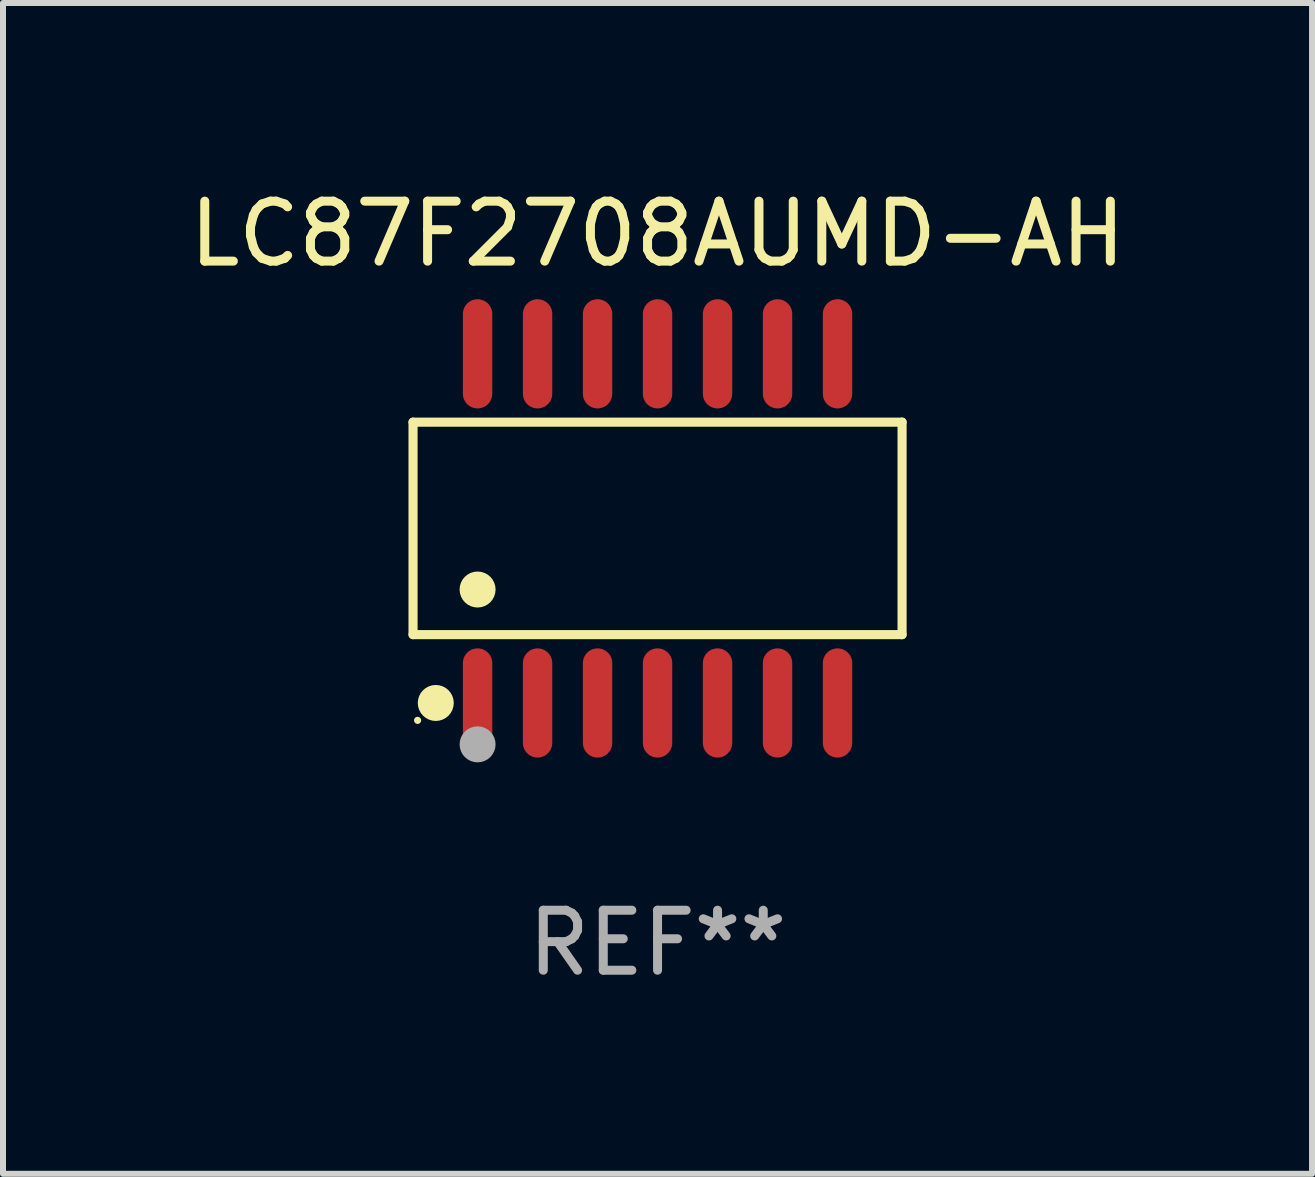
<source format=kicad_pcb>
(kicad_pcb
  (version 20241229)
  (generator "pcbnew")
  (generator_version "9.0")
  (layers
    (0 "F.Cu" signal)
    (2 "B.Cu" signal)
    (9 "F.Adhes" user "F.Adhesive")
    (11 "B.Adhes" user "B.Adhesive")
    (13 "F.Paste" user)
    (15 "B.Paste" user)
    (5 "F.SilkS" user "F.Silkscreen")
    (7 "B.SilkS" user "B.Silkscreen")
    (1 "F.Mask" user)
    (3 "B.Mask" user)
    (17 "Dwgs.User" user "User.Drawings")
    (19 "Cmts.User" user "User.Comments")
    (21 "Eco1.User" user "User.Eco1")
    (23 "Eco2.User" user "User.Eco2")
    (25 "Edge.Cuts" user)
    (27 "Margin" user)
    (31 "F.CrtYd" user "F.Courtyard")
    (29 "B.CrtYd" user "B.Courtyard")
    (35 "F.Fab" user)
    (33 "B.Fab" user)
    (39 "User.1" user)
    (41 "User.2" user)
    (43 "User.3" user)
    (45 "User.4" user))
  (footprint "LC87F2708AUMD-AH"
    (layer "F.Cu")
    (at 7.911 5.758)
    (property "Reference" "LC87F2708AUMD-AH" (at 0 -4.91 0) (layer "F.SilkS") (effects (font (size 1 1) (thickness 0.15))))
    (attr through_hole)
    (fp_line (start -4.076 -1.771) (end 4.076 -1.771) (stroke (width 0.152) (type solid)) (layer "F.SilkS"))
    (fp_line (start -4.076 1.771) (end -4.076 -1.771) (stroke (width 0.152) (type solid)) (layer "F.SilkS"))
    (fp_line (start 4.076 -1.771) (end 4.076 1.771) (stroke (width 0.152) (type solid)) (layer "F.SilkS"))
    (fp_line (start 4.076 1.771) (end -4.076 1.771) (stroke (width 0.152) (type solid)) (layer "F.SilkS"))
    (fp_circle (center -4 3.2) (end -3.97 3.2) (stroke (width 0.06) (type solid)) (fill no) (layer "F.SilkS"))
    (fp_circle (center -3.697 2.91) (end -3.547 2.91) (stroke (width 0.3) (type solid)) (fill no) (layer "F.SilkS"))
    (fp_circle (center -3 1.019) (end -2.85 1.019) (stroke (width 0.3) (type solid)) (fill no) (layer "F.SilkS"))
    (fp_circle (center -3 3.6) (end -2.85 3.6) (stroke (width 0.3) (type solid)) (fill no) (layer "F.Fab"))
    (fp_text user "REF**" (at 0 6.91 0) (layer "F.Fab") (effects (font (size 1 1) (thickness 0.15))))
    (pad "1" smd oval (at -3 2.91) (size 0.49 1.82) (layers "F.Cu" "F.Mask" "F.Paste"))
    (pad "2" smd oval (at -2 2.91) (size 0.49 1.82) (layers "F.Cu" "F.Mask" "F.Paste"))
    (pad "3" smd oval (at -1 2.91) (size 0.49 1.82) (layers "F.Cu" "F.Mask" "F.Paste"))
    (pad "4" smd oval (at 0 2.91) (size 0.49 1.82) (layers "F.Cu" "F.Mask" "F.Paste"))
    (pad "5" smd oval (at 1 2.91) (size 0.49 1.82) (layers "F.Cu" "F.Mask" "F.Paste"))
    (pad "6" smd oval (at 2 2.91) (size 0.49 1.82) (layers "F.Cu" "F.Mask" "F.Paste"))
    (pad "7" smd oval (at 3 2.91) (size 0.49 1.82) (layers "F.Cu" "F.Mask" "F.Paste"))
    (pad "8" smd oval (at 3 -2.91) (size 0.49 1.82) (layers "F.Cu" "F.Mask" "F.Paste"))
    (pad "9" smd oval (at 2 -2.91) (size 0.49 1.82) (layers "F.Cu" "F.Mask" "F.Paste"))
    (pad "10" smd oval (at 1 -2.91) (size 0.49 1.82) (layers "F.Cu" "F.Mask" "F.Paste"))
    (pad "11" smd oval (at 0 -2.91) (size 0.49 1.82) (layers "F.Cu" "F.Mask" "F.Paste"))
    (pad "12" smd oval (at -1 -2.91) (size 0.49 1.82) (layers "F.Cu" "F.Mask" "F.Paste"))
    (pad "13" smd oval (at -2 -2.91) (size 0.49 1.82) (layers "F.Cu" "F.Mask" "F.Paste"))
    (pad "14" smd oval (at -3 -2.91) (size 0.49 1.82) (layers "F.Cu" "F.Mask" "F.Paste")))
  (gr_rect
    (start -3 -3)
    (end 18.821 16.517)
    (stroke (width 0.1) (type default))
    (fill no)
    (layer "Edge.Cuts")))
</source>
